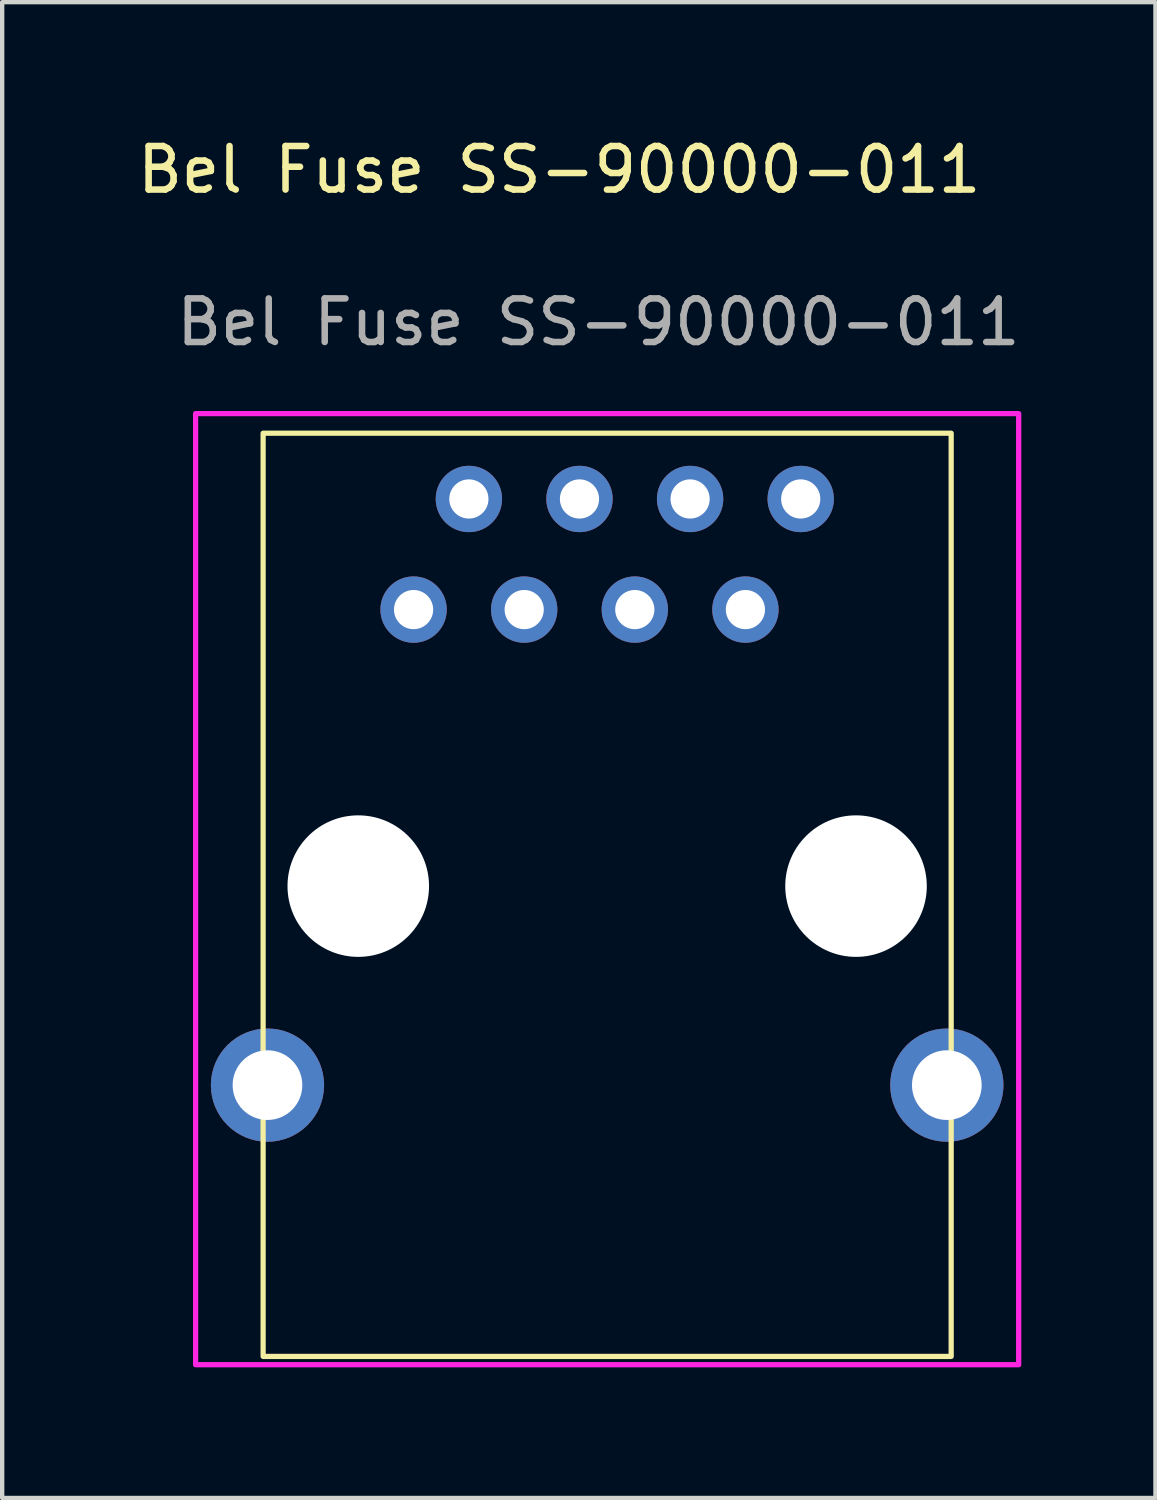
<source format=kicad_pcb>
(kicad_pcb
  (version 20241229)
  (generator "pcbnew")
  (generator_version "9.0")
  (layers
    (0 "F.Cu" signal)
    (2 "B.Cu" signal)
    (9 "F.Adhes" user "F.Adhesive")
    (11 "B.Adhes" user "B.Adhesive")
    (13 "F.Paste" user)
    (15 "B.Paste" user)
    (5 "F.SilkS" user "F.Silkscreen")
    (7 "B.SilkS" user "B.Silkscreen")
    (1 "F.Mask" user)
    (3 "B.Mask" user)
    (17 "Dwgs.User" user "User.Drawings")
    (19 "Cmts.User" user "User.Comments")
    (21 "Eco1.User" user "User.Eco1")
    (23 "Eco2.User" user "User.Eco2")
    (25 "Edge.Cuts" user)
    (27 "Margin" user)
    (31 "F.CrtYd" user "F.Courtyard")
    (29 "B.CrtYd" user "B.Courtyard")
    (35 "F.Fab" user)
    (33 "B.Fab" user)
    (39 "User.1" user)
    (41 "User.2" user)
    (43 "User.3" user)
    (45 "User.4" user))
  (footprint "Bel Fuse SS-90000-011"
    (layer "F.Cu")
    (at 10.892 10.948)
    (property "Reference" "Bel Fuse SS-90000-011" (at -1.1 -10.1 0) (unlocked yes) (layer "F.SilkS") (effects (font (size 1 1) (thickness 0.15))))
    (attr through_hole)
    (fp_rect (start -7.9 17.15) (end 7.9 -4.05) (stroke (width 0.12) (type solid)) (fill no) (layer "F.SilkS"))
    (fp_rect (start -9.45 17.34) (end 9.45 -4.5) (stroke (width 0.12) (type solid)) (fill no) (layer "F.CrtYd"))
    (fp_text user "${REFERENCE}" (at -0.2 -6.6 0) (unlocked yes) (layer "F.Fab") (effects (font (size 1 1) (thickness 0.15))))
    (pad "" np_thru_hole circle (at -5.715 6.35) (size 3.25 3.25) (drill 3.25) (layers "*.Cu" "*.Mask"))
    (pad "" np_thru_hole circle (at 5.715 6.35) (size 3.25 3.25) (drill 3.25) (layers "*.Cu" "*.Mask"))
    (pad "1" thru_hole circle (at -4.445 0) (size 1.524 1.524) (drill 0.9) (layers "*.Cu" "*.Mask"))
    (pad "2" thru_hole circle (at -3.175 -2.54) (size 1.524 1.524) (drill 0.9) (layers "*.Cu" "*.Mask"))
    (pad "3" thru_hole circle (at -1.905 0) (size 1.524 1.524) (drill 0.9) (layers "*.Cu" "*.Mask"))
    (pad "4" thru_hole circle (at -0.635 -2.54) (size 1.524 1.524) (drill 0.9) (layers "*.Cu" "*.Mask"))
    (pad "5" thru_hole circle (at 0.635 0) (size 1.524 1.524) (drill 0.9) (layers "*.Cu" "*.Mask"))
    (pad "6" thru_hole circle (at 1.905 -2.54) (size 1.524 1.524) (drill 0.9) (layers "*.Cu" "*.Mask"))
    (pad "7" thru_hole circle (at 3.175 0) (size 1.524 1.524) (drill 0.9) (layers "*.Cu" "*.Mask"))
    (pad "8" thru_hole circle (at 4.445 -2.54) (size 1.524 1.524) (drill 0.9) (layers "*.Cu" "*.Mask"))
    (pad "SH" thru_hole circle (at -7.8 10.92 90) (size 2.6 2.6) (drill 1.6) (layers "*.Cu" "*.Mask"))
    (pad "SH" thru_hole circle (at 7.8 10.92) (size 2.6 2.6) (drill 1.6) (layers "*.Cu" "*.Mask")))
  (gr_rect
    (start -3 -3)
    (end 23.483 31.348)
    (stroke (width 0.1) (type default))
    (fill no)
    (layer "Edge.Cuts")))
</source>
